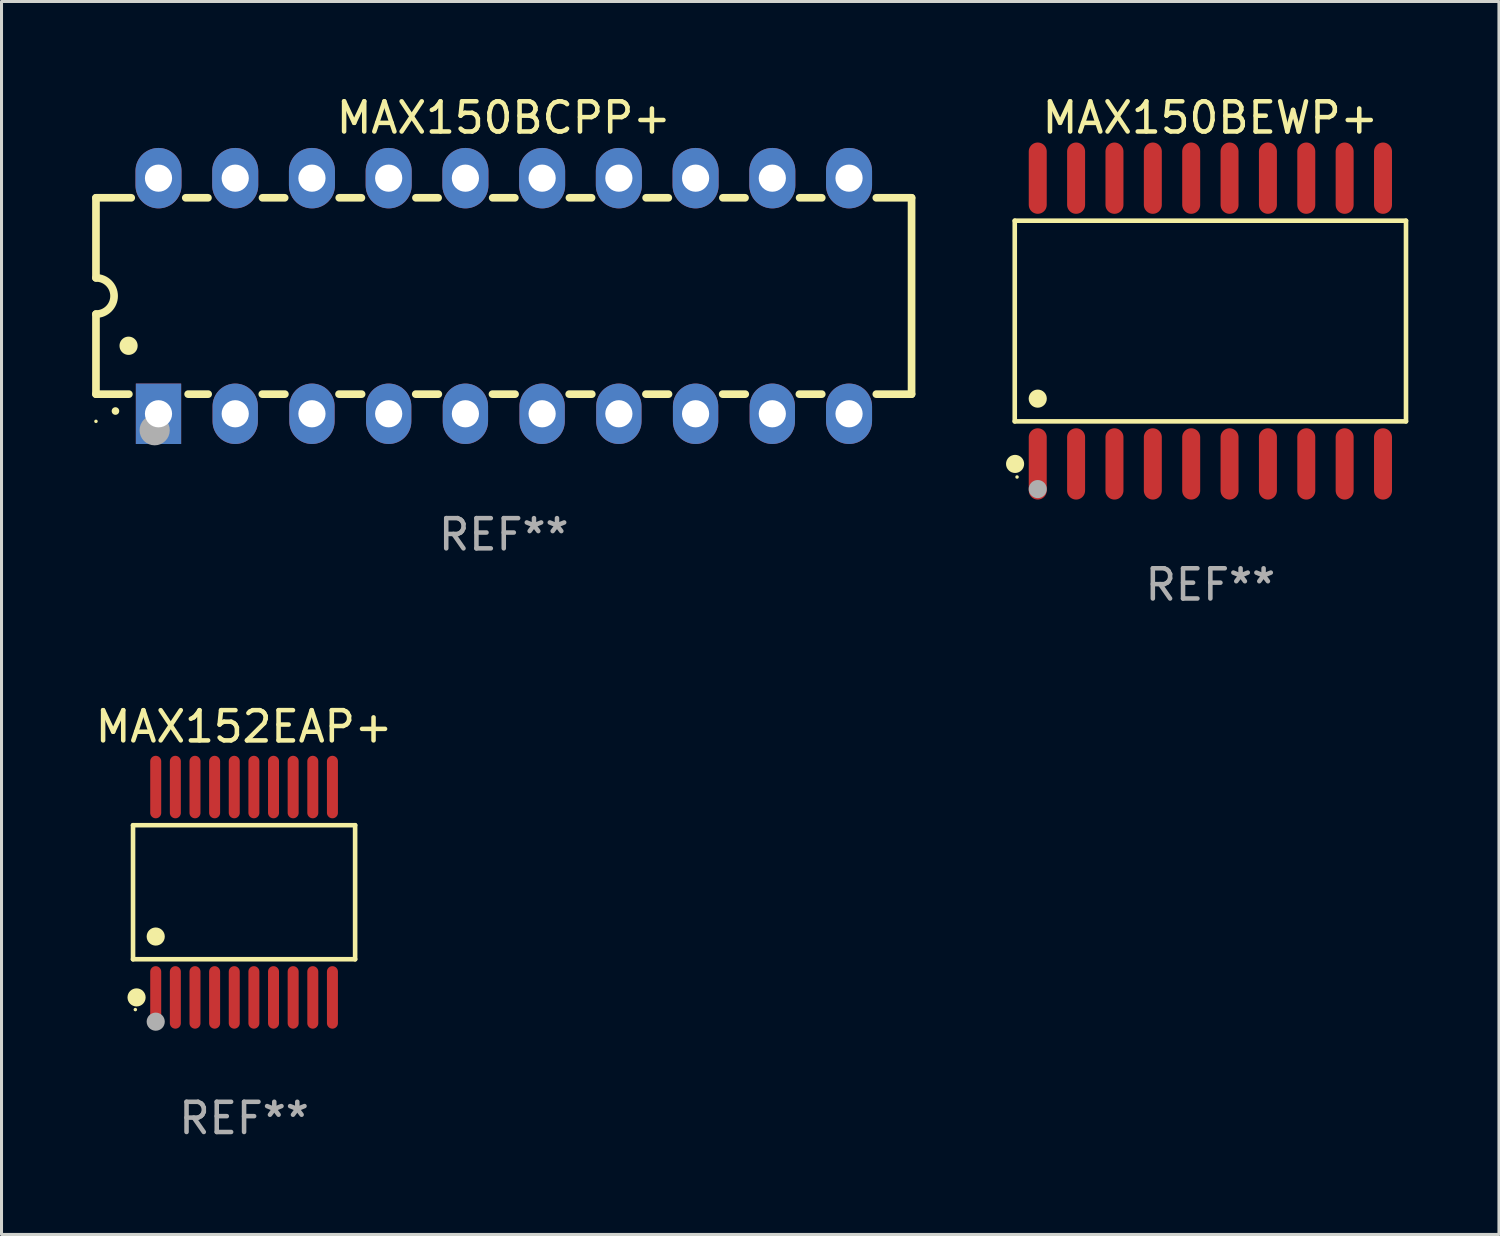
<source format=kicad_pcb>
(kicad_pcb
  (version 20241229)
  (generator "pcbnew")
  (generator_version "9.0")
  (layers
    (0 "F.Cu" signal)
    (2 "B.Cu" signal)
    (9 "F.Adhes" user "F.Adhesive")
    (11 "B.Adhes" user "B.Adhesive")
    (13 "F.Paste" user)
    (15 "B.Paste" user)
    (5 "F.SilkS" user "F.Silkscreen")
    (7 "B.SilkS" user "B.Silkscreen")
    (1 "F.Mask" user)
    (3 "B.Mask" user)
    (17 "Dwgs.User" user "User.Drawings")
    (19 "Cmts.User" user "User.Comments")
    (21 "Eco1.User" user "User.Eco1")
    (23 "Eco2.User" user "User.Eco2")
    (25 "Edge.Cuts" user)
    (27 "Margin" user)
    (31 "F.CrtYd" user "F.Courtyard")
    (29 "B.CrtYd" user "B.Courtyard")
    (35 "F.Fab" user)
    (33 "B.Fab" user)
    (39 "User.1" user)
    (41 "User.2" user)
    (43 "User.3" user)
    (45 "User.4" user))
  (footprint "MAX150BEWP+"
    (layer "F.Cu")
    (at 37.019 7.578)
    (property "Reference" "MAX150BEWP+" (at 0 -6.73 0) (layer "F.SilkS") (effects (font (size 1 1) (thickness 0.15))))
    (attr through_hole)
    (fp_line (start -6.476 -3.321) (end 6.476 -3.321) (stroke (width 0.152) (type solid)) (layer "F.SilkS"))
    (fp_line (start -6.476 3.321) (end -6.476 -3.321) (stroke (width 0.152) (type solid)) (layer "F.SilkS"))
    (fp_line (start 6.476 -3.321) (end 6.476 3.321) (stroke (width 0.152) (type solid)) (layer "F.SilkS"))
    (fp_line (start 6.476 3.321) (end -6.476 3.321) (stroke (width 0.152) (type solid)) (layer "F.SilkS"))
    (fp_circle (center -6.465 4.73) (end -6.315 4.73) (stroke (width 0.3) (type solid)) (fill no) (layer "F.SilkS"))
    (fp_circle (center -6.4 5.163) (end -6.37 5.163) (stroke (width 0.06) (type solid)) (fill no) (layer "F.SilkS"))
    (fp_circle (center -5.715 2.569) (end -5.565 2.569) (stroke (width 0.3) (type solid)) (fill no) (layer "F.SilkS"))
    (fp_circle (center -5.715 5.563) (end -5.565 5.563) (stroke (width 0.3) (type solid)) (fill no) (layer "F.Fab"))
    (fp_text user "REF**" (at 0 8.73 0) (layer "F.Fab") (effects (font (size 1 1) (thickness 0.15))))
    (pad "1" smd oval (at -5.715 4.73) (size 0.595 2.36) (layers "F.Cu" "F.Mask" "F.Paste"))
    (pad "2" smd oval (at -4.445 4.73) (size 0.595 2.36) (layers "F.Cu" "F.Mask" "F.Paste"))
    (pad "3" smd oval (at -3.175 4.73) (size 0.595 2.36) (layers "F.Cu" "F.Mask" "F.Paste"))
    (pad "4" smd oval (at -1.905 4.73) (size 0.595 2.36) (layers "F.Cu" "F.Mask" "F.Paste"))
    (pad "5" smd oval (at -0.635 4.73) (size 0.595 2.36) (layers "F.Cu" "F.Mask" "F.Paste"))
    (pad "6" smd oval (at 0.635 4.73) (size 0.595 2.36) (layers "F.Cu" "F.Mask" "F.Paste"))
    (pad "7" smd oval (at 1.905 4.73) (size 0.595 2.36) (layers "F.Cu" "F.Mask" "F.Paste"))
    (pad "8" smd oval (at 3.175 4.73) (size 0.595 2.36) (layers "F.Cu" "F.Mask" "F.Paste"))
    (pad "9" smd oval (at 4.445 4.73) (size 0.595 2.36) (layers "F.Cu" "F.Mask" "F.Paste"))
    (pad "10" smd oval (at 5.715 4.73) (size 0.595 2.36) (layers "F.Cu" "F.Mask" "F.Paste"))
    (pad "11" smd oval (at 5.715 -4.73) (size 0.595 2.36) (layers "F.Cu" "F.Mask" "F.Paste"))
    (pad "12" smd oval (at 4.445 -4.73) (size 0.595 2.36) (layers "F.Cu" "F.Mask" "F.Paste"))
    (pad "13" smd oval (at 3.175 -4.73) (size 0.595 2.36) (layers "F.Cu" "F.Mask" "F.Paste"))
    (pad "14" smd oval (at 1.905 -4.73) (size 0.595 2.36) (layers "F.Cu" "F.Mask" "F.Paste"))
    (pad "15" smd oval (at 0.635 -4.73) (size 0.595 2.36) (layers "F.Cu" "F.Mask" "F.Paste"))
    (pad "16" smd oval (at -0.635 -4.73) (size 0.595 2.36) (layers "F.Cu" "F.Mask" "F.Paste"))
    (pad "17" smd oval (at -1.905 -4.73) (size 0.595 2.36) (layers "F.Cu" "F.Mask" "F.Paste"))
    (pad "18" smd oval (at -3.175 -4.73) (size 0.595 2.36) (layers "F.Cu" "F.Mask" "F.Paste"))
    (pad "19" smd oval (at -4.445 -4.73) (size 0.595 2.36) (layers "F.Cu" "F.Mask" "F.Paste"))
    (pad "20" smd oval (at -5.715 -4.73) (size 0.595 2.36) (layers "F.Cu" "F.Mask" "F.Paste")))
  (footprint "MAX152EAP+"
    (layer "F.Cu")
    (at 5.03 26.487)
    (property "Reference" "MAX152EAP+" (at 0 -5.482 0) (layer "F.SilkS") (effects (font (size 1 1) (thickness 0.15))))
    (attr through_hole)
    (fp_line (start -3.676 -2.219) (end 3.676 -2.219) (stroke (width 0.152) (type solid)) (layer "F.SilkS"))
    (fp_line (start -3.676 2.219) (end -3.676 -2.219) (stroke (width 0.152) (type solid)) (layer "F.SilkS"))
    (fp_line (start 3.676 -2.219) (end 3.676 2.219) (stroke (width 0.152) (type solid)) (layer "F.SilkS"))
    (fp_line (start 3.676 2.219) (end -3.676 2.219) (stroke (width 0.152) (type solid)) (layer "F.SilkS"))
    (fp_circle (center -3.6 3.885) (end -3.57 3.885) (stroke (width 0.06) (type solid)) (fill no) (layer "F.SilkS"))
    (fp_circle (center -3.559 3.482) (end -3.409 3.482) (stroke (width 0.3) (type solid)) (fill no) (layer "F.SilkS"))
    (fp_circle (center -2.925 1.467) (end -2.775 1.467) (stroke (width 0.3) (type solid)) (fill no) (layer "F.SilkS"))
    (fp_circle (center -2.925 4.285) (end -2.775 4.285) (stroke (width 0.3) (type solid)) (fill no) (layer "F.Fab"))
    (fp_text user "REF**" (at 0 7.482 0) (layer "F.Fab") (effects (font (size 1 1) (thickness 0.15))))
    (pad "1" smd oval (at -2.925 3.482) (size 0.364 2.069) (layers "F.Cu" "F.Mask" "F.Paste"))
    (pad "2" smd oval (at -2.275 3.482) (size 0.364 2.069) (layers "F.Cu" "F.Mask" "F.Paste"))
    (pad "3" smd oval (at -1.625 3.482) (size 0.364 2.069) (layers "F.Cu" "F.Mask" "F.Paste"))
    (pad "4" smd oval (at -0.975 3.482) (size 0.364 2.069) (layers "F.Cu" "F.Mask" "F.Paste"))
    (pad "5" smd oval (at -0.325 3.482) (size 0.364 2.069) (layers "F.Cu" "F.Mask" "F.Paste"))
    (pad "6" smd oval (at 0.325 3.482) (size 0.364 2.069) (layers "F.Cu" "F.Mask" "F.Paste"))
    (pad "7" smd oval (at 0.975 3.482) (size 0.364 2.069) (layers "F.Cu" "F.Mask" "F.Paste"))
    (pad "8" smd oval (at 1.625 3.482) (size 0.364 2.069) (layers "F.Cu" "F.Mask" "F.Paste"))
    (pad "9" smd oval (at 2.275 3.482) (size 0.364 2.069) (layers "F.Cu" "F.Mask" "F.Paste"))
    (pad "10" smd oval (at 2.925 3.482) (size 0.364 2.069) (layers "F.Cu" "F.Mask" "F.Paste"))
    (pad "11" smd oval (at 2.925 -3.482) (size 0.364 2.069) (layers "F.Cu" "F.Mask" "F.Paste"))
    (pad "12" smd oval (at 2.275 -3.482) (size 0.364 2.069) (layers "F.Cu" "F.Mask" "F.Paste"))
    (pad "13" smd oval (at 1.625 -3.482) (size 0.364 2.069) (layers "F.Cu" "F.Mask" "F.Paste"))
    (pad "14" smd oval (at 0.975 -3.482) (size 0.364 2.069) (layers "F.Cu" "F.Mask" "F.Paste"))
    (pad "15" smd oval (at 0.325 -3.482) (size 0.364 2.069) (layers "F.Cu" "F.Mask" "F.Paste"))
    (pad "16" smd oval (at -0.325 -3.482) (size 0.364 2.069) (layers "F.Cu" "F.Mask" "F.Paste"))
    (pad "17" smd oval (at -0.975 -3.482) (size 0.364 2.069) (layers "F.Cu" "F.Mask" "F.Paste"))
    (pad "18" smd oval (at -1.625 -3.482) (size 0.364 2.069) (layers "F.Cu" "F.Mask" "F.Paste"))
    (pad "19" smd oval (at -2.275 -3.482) (size 0.364 2.069) (layers "F.Cu" "F.Mask" "F.Paste"))
    (pad "20" smd oval (at -2.925 -3.482) (size 0.364 2.069) (layers "F.Cu" "F.Mask" "F.Paste")))
  (footprint "MAX150BCPP+"
    (layer "F.Cu")
    (at 13.627 6.748)
    (property "Reference" "MAX150BCPP+" (at 0 -5.9 0) (layer "F.SilkS") (effects (font (size 1 1) (thickness 0.15))))
    (attr through_hole)
    (fp_line (start -13.5 -3.25) (end -12.333 -3.25) (stroke (width 0.254) (type solid)) (layer "F.SilkS"))
    (fp_line (start -13.5 -0.6) (end -13.5 -3.25) (stroke (width 0.254) (type solid)) (layer "F.SilkS"))
    (fp_line (start -13.5 3.25) (end -13.5 0.6) (stroke (width 0.254) (type solid)) (layer "F.SilkS"))
    (fp_line (start -13.5 3.25) (end -12.411 3.25) (stroke (width 0.254) (type solid)) (layer "F.SilkS"))
    (fp_line (start -10.527 -3.25) (end -9.793 -3.25) (stroke (width 0.254) (type solid)) (layer "F.SilkS"))
    (fp_line (start -10.449 3.25) (end -9.786 3.25) (stroke (width 0.254) (type solid)) (layer "F.SilkS"))
    (fp_line (start -7.994 3.25) (end -7.246 3.25) (stroke (width 0.254) (type solid)) (layer "F.SilkS"))
    (fp_line (start -7.987 -3.25) (end -7.253 -3.25) (stroke (width 0.254) (type solid)) (layer "F.SilkS"))
    (fp_line (start -5.454 3.25) (end -4.706 3.25) (stroke (width 0.254) (type solid)) (layer "F.SilkS"))
    (fp_line (start -5.447 -3.25) (end -4.713 -3.25) (stroke (width 0.254) (type solid)) (layer "F.SilkS"))
    (fp_line (start -2.914 3.25) (end -2.166 3.25) (stroke (width 0.254) (type solid)) (layer "F.SilkS"))
    (fp_line (start -2.907 -3.25) (end -2.173 -3.25) (stroke (width 0.254) (type solid)) (layer "F.SilkS"))
    (fp_line (start -0.374 3.25) (end 0.374 3.25) (stroke (width 0.254) (type solid)) (layer "F.SilkS"))
    (fp_line (start -0.367 -3.25) (end 0.367 -3.25) (stroke (width 0.254) (type solid)) (layer "F.SilkS"))
    (fp_line (start 2.166 3.25) (end 2.914 3.25) (stroke (width 0.254) (type solid)) (layer "F.SilkS"))
    (fp_line (start 2.173 -3.25) (end 2.907 -3.25) (stroke (width 0.254) (type solid)) (layer "F.SilkS"))
    (fp_line (start 4.706 3.25) (end 5.454 3.25) (stroke (width 0.254) (type solid)) (layer "F.SilkS"))
    (fp_line (start 4.713 -3.25) (end 5.447 -3.25) (stroke (width 0.254) (type solid)) (layer "F.SilkS"))
    (fp_line (start 7.246 3.25) (end 7.994 3.25) (stroke (width 0.254) (type solid)) (layer "F.SilkS"))
    (fp_line (start 7.253 -3.25) (end 7.987 -3.25) (stroke (width 0.254) (type solid)) (layer "F.SilkS"))
    (fp_line (start 9.786 3.25) (end 10.527 3.25) (stroke (width 0.254) (type solid)) (layer "F.SilkS"))
    (fp_line (start 9.793 -3.25) (end 10.527 -3.25) (stroke (width 0.254) (type solid)) (layer "F.SilkS"))
    (fp_line (start 12.333 -3.25) (end 13.5 -3.25) (stroke (width 0.254) (type solid)) (layer "F.SilkS"))
    (fp_line (start 12.333 3.25) (end 13.5 3.25) (stroke (width 0.254) (type solid)) (layer "F.SilkS"))
    (fp_line (start 13.5 -3.25) (end 13.5 3.25) (stroke (width 0.254) (type solid)) (layer "F.SilkS"))
    (fp_arc (start -13.500127 -0.599442) (mid -12.900406 0.000228) (end -13.500025 0.6) (stroke (width 0.254001) (type solid)) (layer "F.SilkS"))
    (fp_arc (start -12.854966 3.810008) (mid -12.854973 3.808738) (end -12.854966 3.807468) (stroke (width 0.25) (type solid)) (layer "F.SilkS"))
    (fp_arc (start -12.420625 1.651003) (mid -12.420636 1.648463) (end -12.420625 1.645923) (stroke (width 0.6) (type solid)) (layer "F.SilkS"))
    (fp_circle (center -13.5 4.15) (end -13.47 4.15) (stroke (width 0.06) (type solid)) (fill no) (layer "F.SilkS"))
    (fp_circle (center -11.557 4.445) (end -11.307 4.445) (stroke (width 0.5) (type solid)) (fill no) (layer "F.Fab"))
    (fp_text user "REF**" (at 0 7.9 0) (layer "F.Fab") (effects (font (size 1 1) (thickness 0.15))))
    (pad "1" thru_hole rect (at -11.43 3.9 90) (size 2 1.5) (drill 0.9) (layers "*.Cu" "*.Mask"))
    (pad "2" thru_hole oval (at -8.89 3.9 90) (size 2 1.5) (drill 0.9) (layers "*.Cu" "*.Mask"))
    (pad "3" thru_hole oval (at -6.35 3.9 90) (size 2 1.5) (drill 0.9) (layers "*.Cu" "*.Mask"))
    (pad "4" thru_hole oval (at -3.81 3.9 90) (size 2 1.5) (drill 0.9) (layers "*.Cu" "*.Mask"))
    (pad "5" thru_hole oval (at -1.27 3.9 90) (size 2 1.5) (drill 0.9) (layers "*.Cu" "*.Mask"))
    (pad "6" thru_hole oval (at 1.27 3.9 90) (size 2 1.5) (drill 0.9) (layers "*.Cu" "*.Mask"))
    (pad "7" thru_hole oval (at 3.81 3.9 90) (size 2 1.5) (drill 0.9) (layers "*.Cu" "*.Mask"))
    (pad "8" thru_hole oval (at 6.35 3.9 90) (size 2 1.5) (drill 0.9) (layers "*.Cu" "*.Mask"))
    (pad "9" thru_hole oval (at 8.89 3.9 90) (size 2 1.5) (drill 0.9) (layers "*.Cu" "*.Mask"))
    (pad "10" thru_hole oval (at 11.43 3.9 90) (size 2 1.524) (drill 0.9) (layers "*.Cu" "*.Mask"))
    (pad "11" thru_hole oval (at 11.43 -3.9 90) (size 2 1.524) (drill 0.9) (layers "*.Cu" "*.Mask"))
    (pad "12" thru_hole oval (at 8.89 -3.9 90) (size 2 1.524) (drill 0.9) (layers "*.Cu" "*.Mask"))
    (pad "13" thru_hole oval (at 6.35 -3.9 90) (size 2 1.524) (drill 0.9) (layers "*.Cu" "*.Mask"))
    (pad "14" thru_hole oval (at 3.81 -3.9 90) (size 2 1.524) (drill 0.9) (layers "*.Cu" "*.Mask"))
    (pad "15" thru_hole oval (at 1.27 -3.9 90) (size 2 1.524) (drill 0.9) (layers "*.Cu" "*.Mask"))
    (pad "16" thru_hole oval (at -1.27 -3.9 90) (size 2 1.524) (drill 0.9) (layers "*.Cu" "*.Mask"))
    (pad "17" thru_hole oval (at -3.81 -3.9 90) (size 2 1.524) (drill 0.9) (layers "*.Cu" "*.Mask"))
    (pad "18" thru_hole oval (at -6.35 -3.9 90) (size 2 1.524) (drill 0.9) (layers "*.Cu" "*.Mask"))
    (pad "19" thru_hole oval (at -8.89 -3.9 90) (size 2 1.524) (drill 0.9) (layers "*.Cu" "*.Mask"))
    (pad "20" thru_hole oval (at -11.43 -3.9 90) (size 2 1.524) (drill 0.9) (layers "*.Cu" "*.Mask")))
  (gr_rect
    (start -3 -3)
    (end 46.572 37.817)
    (stroke (width 0.1) (type default))
    (fill no)
    (layer "Edge.Cuts")))
</source>
